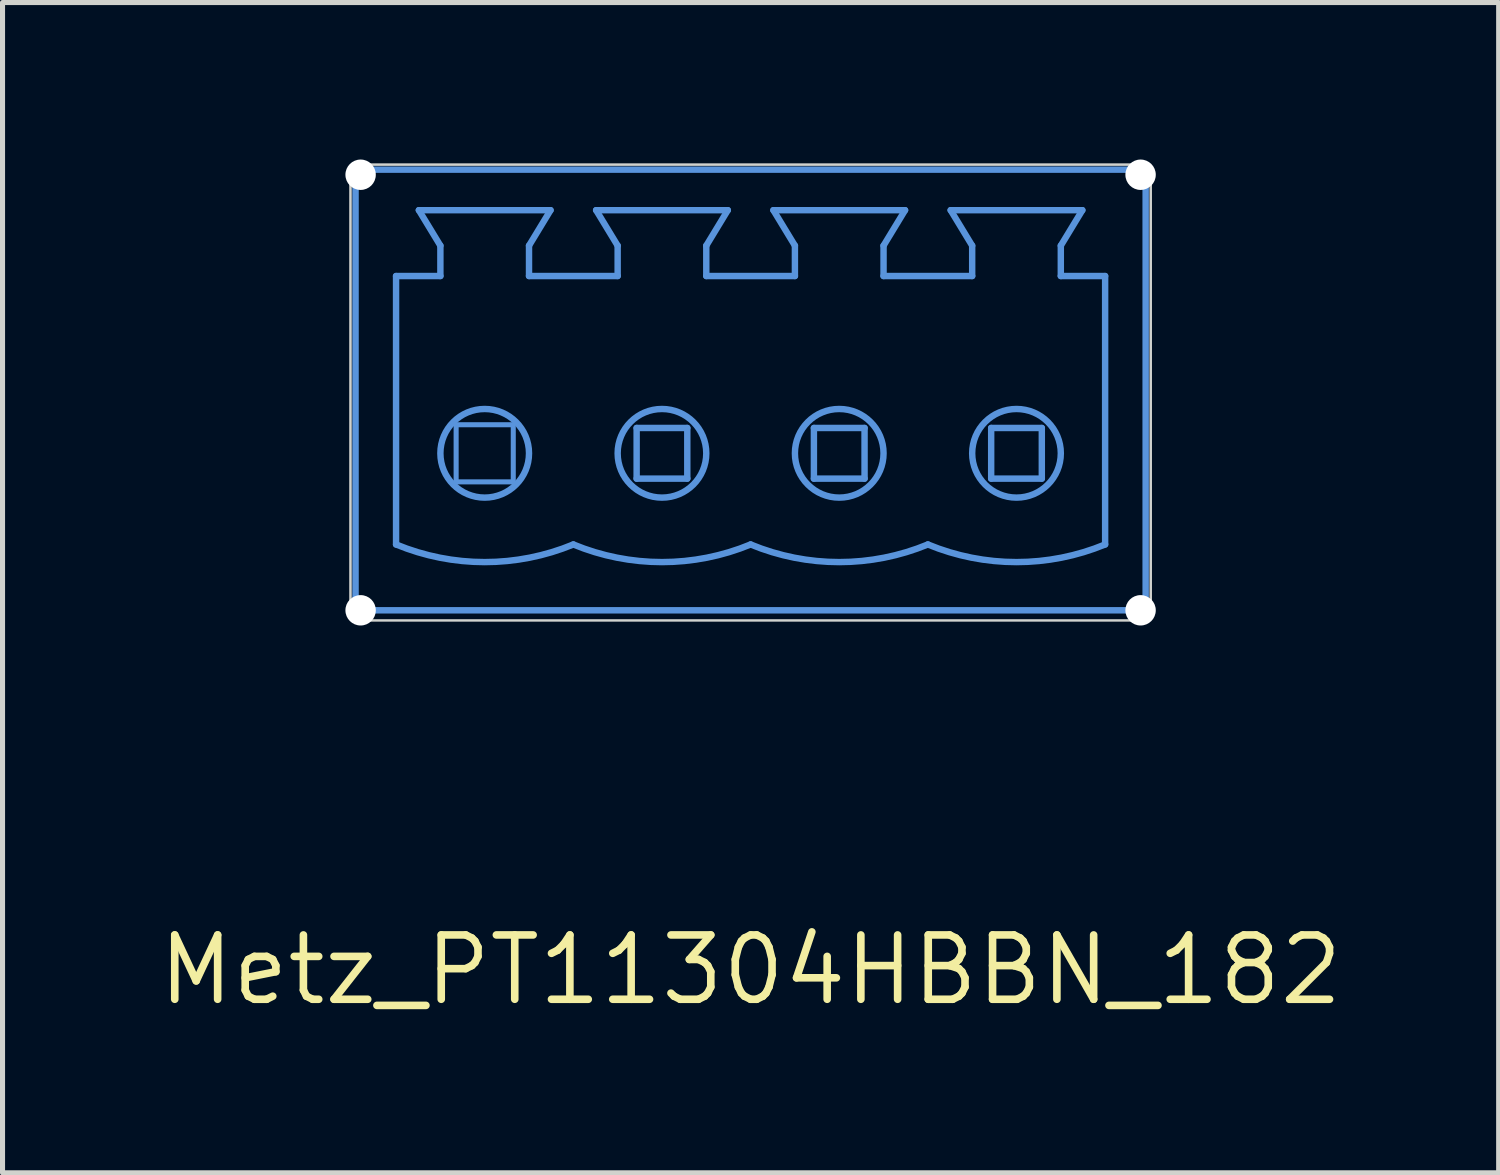
<source format=kicad_pcb>
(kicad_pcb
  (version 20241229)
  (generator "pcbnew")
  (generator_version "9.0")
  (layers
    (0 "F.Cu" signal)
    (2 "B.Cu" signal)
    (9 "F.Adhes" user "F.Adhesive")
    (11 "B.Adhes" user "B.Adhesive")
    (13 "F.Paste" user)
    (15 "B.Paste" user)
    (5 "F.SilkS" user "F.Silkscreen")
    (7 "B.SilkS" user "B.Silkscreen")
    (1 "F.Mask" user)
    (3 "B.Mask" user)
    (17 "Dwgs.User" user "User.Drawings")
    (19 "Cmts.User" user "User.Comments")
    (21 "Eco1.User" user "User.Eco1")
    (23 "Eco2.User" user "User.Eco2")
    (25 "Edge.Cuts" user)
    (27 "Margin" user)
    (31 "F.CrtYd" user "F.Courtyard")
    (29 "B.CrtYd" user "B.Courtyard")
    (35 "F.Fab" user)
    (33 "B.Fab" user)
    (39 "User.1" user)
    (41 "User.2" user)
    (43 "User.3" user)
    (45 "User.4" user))
  (footprint "Metz_PT11304HBBN_182"
    (layer "F.Cu")
    (at 11.77 16.1)
    (property "Reference" "Metz_PT11304HBBN_182" (at 0 0 0) (layer "F.SilkS") (effects (font (size 1.27 1.27) (thickness 0.15))))
    (fp_line (start -7.8 -15.8) (end -7.8 -7.1) (stroke (width 0.127) (type solid)) (layer "Cmts.User"))
    (fp_line (start -7.8 -15.8) (end 7.8 -15.8) (stroke (width 0.127) (type solid)) (layer "Cmts.User"))
    (fp_line (start -7.8 -7.1) (end 7.8 -7.1) (stroke (width 0.127) (type solid)) (layer "Cmts.User"))
    (fp_line (start -7 -13.7) (end -7 -8.4) (stroke (width 0.127) (type solid)) (layer "Cmts.User"))
    (fp_line (start -7 -13.7) (end -6.125 -13.7) (stroke (width 0.127) (type solid)) (layer "Cmts.User"))
    (fp_line (start -6.55 -15) (end -3.95 -15) (stroke (width 0.127) (type solid)) (layer "Cmts.User"))
    (fp_line (start -6.125 -14.3) (end -6.55 -15) (stroke (width 0.127) (type solid)) (layer "Cmts.User"))
    (fp_line (start -6.125 -13.7) (end -6.125 -14.3) (stroke (width 0.127) (type solid)) (layer "Cmts.User"))
    (fp_line (start -4.375 -14.3) (end -3.95 -15) (stroke (width 0.127) (type solid)) (layer "Cmts.User"))
    (fp_line (start -4.375 -13.7) (end -4.375 -14.3) (stroke (width 0.127) (type solid)) (layer "Cmts.User"))
    (fp_line (start -4.375 -13.7) (end -2.625 -13.7) (stroke (width 0.127) (type solid)) (layer "Cmts.User"))
    (fp_line (start -3.05 -15) (end -0.45 -15) (stroke (width 0.127) (type solid)) (layer "Cmts.User"))
    (fp_line (start -2.625 -14.3) (end -3.05 -15) (stroke (width 0.127) (type solid)) (layer "Cmts.User"))
    (fp_line (start -2.625 -13.7) (end -2.625 -14.3) (stroke (width 0.127) (type solid)) (layer "Cmts.User"))
    (fp_line (start -2.25 -10.7) (end -1.25 -10.7) (stroke (width 0.127) (type solid)) (layer "Cmts.User"))
    (fp_line (start -2.25 -9.7) (end -2.25 -10.7) (stroke (width 0.127) (type solid)) (layer "Cmts.User"))
    (fp_line (start -1.25 -10.7) (end -1.25 -9.7) (stroke (width 0.127) (type solid)) (layer "Cmts.User"))
    (fp_line (start -1.25 -9.7) (end -2.25 -9.7) (stroke (width 0.127) (type solid)) (layer "Cmts.User"))
    (fp_line (start -0.875 -14.3) (end -0.45 -15) (stroke (width 0.127) (type solid)) (layer "Cmts.User"))
    (fp_line (start -0.875 -13.7) (end -0.875 -14.3) (stroke (width 0.127) (type solid)) (layer "Cmts.User"))
    (fp_line (start 0.45 -15) (end 3.05 -15) (stroke (width 0.127) (type solid)) (layer "Cmts.User"))
    (fp_line (start 0.875 -14.3) (end 0.45 -15) (stroke (width 0.127) (type solid)) (layer "Cmts.User"))
    (fp_line (start 0.875 -13.7) (end -0.875 -13.7) (stroke (width 0.127) (type solid)) (layer "Cmts.User"))
    (fp_line (start 0.875 -13.7) (end 0.875 -14.3) (stroke (width 0.127) (type solid)) (layer "Cmts.User"))
    (fp_line (start 1.25 -10.7) (end 2.25 -10.7) (stroke (width 0.127) (type solid)) (layer "Cmts.User"))
    (fp_line (start 1.25 -9.7) (end 1.25 -10.7) (stroke (width 0.127) (type solid)) (layer "Cmts.User"))
    (fp_line (start 2.25 -10.7) (end 2.25 -9.7) (stroke (width 0.127) (type solid)) (layer "Cmts.User"))
    (fp_line (start 2.25 -9.7) (end 1.25 -9.7) (stroke (width 0.127) (type solid)) (layer "Cmts.User"))
    (fp_line (start 2.625 -14.3) (end 3.05 -15) (stroke (width 0.127) (type solid)) (layer "Cmts.User"))
    (fp_line (start 2.625 -13.7) (end 2.625 -14.3) (stroke (width 0.127) (type solid)) (layer "Cmts.User"))
    (fp_line (start 2.625 -13.7) (end 4.375 -13.7) (stroke (width 0.127) (type solid)) (layer "Cmts.User"))
    (fp_line (start 3.95 -15) (end 6.55 -15) (stroke (width 0.127) (type solid)) (layer "Cmts.User"))
    (fp_line (start 4.375 -14.3) (end 3.95 -15) (stroke (width 0.127) (type solid)) (layer "Cmts.User"))
    (fp_line (start 4.375 -13.7) (end 4.375 -14.3) (stroke (width 0.127) (type solid)) (layer "Cmts.User"))
    (fp_line (start 4.75 -10.7) (end 5.75 -10.7) (stroke (width 0.127) (type solid)) (layer "Cmts.User"))
    (fp_line (start 4.75 -9.7) (end 4.75 -10.7) (stroke (width 0.127) (type solid)) (layer "Cmts.User"))
    (fp_line (start 5.75 -10.7) (end 5.75 -9.7) (stroke (width 0.127) (type solid)) (layer "Cmts.User"))
    (fp_line (start 5.75 -9.7) (end 4.75 -9.7) (stroke (width 0.127) (type solid)) (layer "Cmts.User"))
    (fp_line (start 6.125 -14.3) (end 6.55 -15) (stroke (width 0.127) (type solid)) (layer "Cmts.User"))
    (fp_line (start 6.125 -13.7) (end 6.125 -14.3) (stroke (width 0.127) (type solid)) (layer "Cmts.User"))
    (fp_line (start 7 -13.7) (end 6.125 -13.7) (stroke (width 0.127) (type solid)) (layer "Cmts.User"))
    (fp_line (start 7 -13.7) (end 7 -8.4) (stroke (width 0.127) (type solid)) (layer "Cmts.User"))
    (fp_line (start 7.8 -15.8) (end 7.8 -7.1) (stroke (width 0.127) (type solid)) (layer "Cmts.User"))
    (fp_arc (start -3.500001 -8.4) (mid -5.25 -8.051904) (end -7 -8.4) (stroke (width 0.127) (type solid)) (layer "Cmts.User"))
    (fp_arc (start -0.000001 -8.4) (mid -1.75 -8.051904) (end -3.5 -8.4) (stroke (width 0.127) (type solid)) (layer "Cmts.User"))
    (fp_arc (start 3.499999 -8.4) (mid 1.75 -8.051904) (end 0 -8.4) (stroke (width 0.127) (type solid)) (layer "Cmts.User"))
    (fp_arc (start 6.999999 -8.4) (mid 5.25 -8.051904) (end 3.5 -8.4) (stroke (width 0.127) (type solid)) (layer "Cmts.User"))
    (fp_circle (center -5.25 -10.2) (end -4.375 -10.2) (stroke (width 0.127) (type solid)) (fill no) (layer "Cmts.User"))
    (fp_circle (center -1.75 -10.2) (end -0.875 -10.2) (stroke (width 0.127) (type solid)) (fill no) (layer "Cmts.User"))
    (fp_circle (center 1.75 -10.2) (end 2.625 -10.2) (stroke (width 0.127) (type solid)) (fill no) (layer "Cmts.User"))
    (fp_circle (center 5.25 -10.2) (end 6.125 -10.2) (stroke (width 0.127) (type solid)) (fill no) (layer "Cmts.User"))
    (fp_poly (pts (xy -4.686 -9.636) (xy -5.814 -9.636) (xy -5.814 -10.764) (xy -4.686 -10.764)) (stroke (width 0.1) (type default)) (fill no) (layer "Cmts.User"))
    (fp_line (start -7.9 -15.7) (end -7.9 -7.2) (stroke (width 0.05) (type solid)) (layer "Edge.Cuts"))
    (fp_line (start -7.7 -6.9) (end 7.7 -6.9) (stroke (width 0.05) (type solid)) (layer "Edge.Cuts"))
    (fp_line (start 7.7 -15.9) (end -7.7 -15.9) (stroke (width 0.05) (type solid)) (layer "Edge.Cuts"))
    (fp_line (start 7.9 -7.2) (end 7.9 -15.7) (stroke (width 0.05) (type solid)) (layer "Edge.Cuts"))
    (fp_arc (start -7.9 -15.7) (mid -7.841421 -15.841421) (end -7.7 -15.9) (stroke (width 0.05) (type solid)) (layer "Edge.Cuts"))
    (fp_arc (start -7.7 -6.9) (mid -7.862132 -7.008579) (end -7.9 -7.2) (stroke (width 0.05) (type solid)) (layer "Edge.Cuts"))
    (fp_arc (start 7.7 -15.9) (mid 7.841421 -15.841421) (end 7.9 -15.7) (stroke (width 0.05) (type solid)) (layer "Edge.Cuts"))
    (fp_arc (start 7.899999 -7.199999) (mid 7.841906 -7.022062) (end 7.7 -6.9) (stroke (width 0.05) (type solid)) (layer "Edge.Cuts"))
    (pad "" np_thru_hole circle (at -7.7 -15.7) (size 0.6 0.6) (drill 0.6) (layers "*.Cu" "*.Mask"))
    (pad "" np_thru_hole circle (at -7.7 -7.1) (size 0.6 0.6) (drill 0.6) (layers "*.Cu" "*.Mask"))
    (pad "" np_thru_hole circle (at 7.7 -15.7) (size 0.6 0.6) (drill 0.6) (layers "*.Cu" "*.Mask"))
    (pad "" np_thru_hole circle (at 7.7 -7.1) (size 0.6 0.6) (drill 0.6) (layers "*.Cu" "*.Mask"))
    (zone (net_name "") (layer "F.Cu") (hatch edge 0.5) (connect_pads) (min_thickness 0.25) (filled_areas_thickness no) (keepout (tracks not_allowed) (vias not_allowed) (pads not_allowed) (copperpour not_allowed) (footprints allowed)) (placement (enabled no)) (fill) (polygon (pts (xy 3.67 0) (xy 19.87 0) (xy 19.87 9.3) (xy 3.67 9.3))))
    (zone (net_name "") (layer "B.Cu") (hatch edge 0.5) (connect_pads) (min_thickness 0.25) (filled_areas_thickness no) (keepout (tracks not_allowed) (vias not_allowed) (pads not_allowed) (copperpour not_allowed) (footprints allowed)) (placement (enabled no)) (fill) (polygon (pts (xy 3.67 0) (xy 19.87 0) (xy 19.87 9.3) (xy 3.67 9.3)))))
  (gr_rect
    (start -3 -3)
    (end 26.54 20.106)
    (stroke (width 0.1) (type default))
    (fill no)
    (layer "Edge.Cuts")))
</source>
